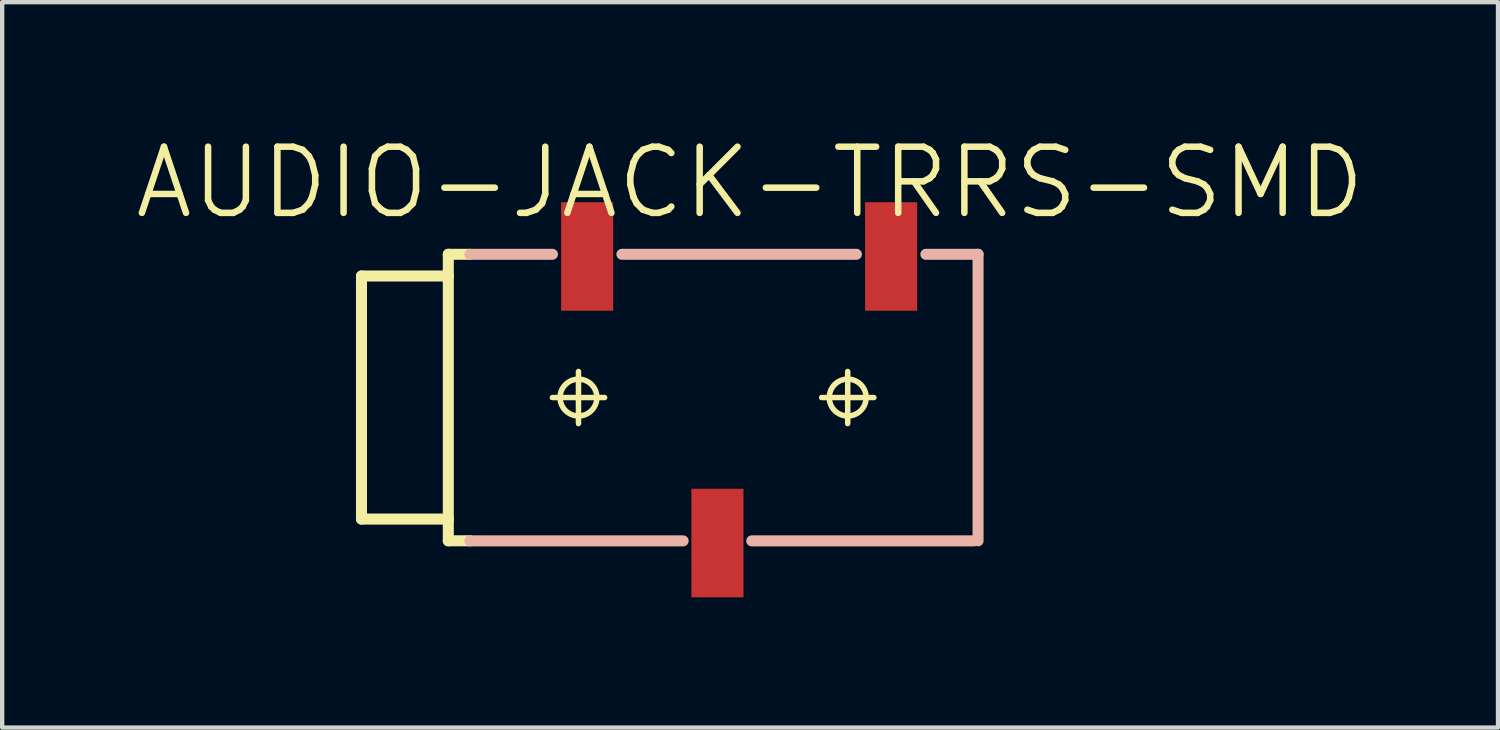
<source format=kicad_pcb>
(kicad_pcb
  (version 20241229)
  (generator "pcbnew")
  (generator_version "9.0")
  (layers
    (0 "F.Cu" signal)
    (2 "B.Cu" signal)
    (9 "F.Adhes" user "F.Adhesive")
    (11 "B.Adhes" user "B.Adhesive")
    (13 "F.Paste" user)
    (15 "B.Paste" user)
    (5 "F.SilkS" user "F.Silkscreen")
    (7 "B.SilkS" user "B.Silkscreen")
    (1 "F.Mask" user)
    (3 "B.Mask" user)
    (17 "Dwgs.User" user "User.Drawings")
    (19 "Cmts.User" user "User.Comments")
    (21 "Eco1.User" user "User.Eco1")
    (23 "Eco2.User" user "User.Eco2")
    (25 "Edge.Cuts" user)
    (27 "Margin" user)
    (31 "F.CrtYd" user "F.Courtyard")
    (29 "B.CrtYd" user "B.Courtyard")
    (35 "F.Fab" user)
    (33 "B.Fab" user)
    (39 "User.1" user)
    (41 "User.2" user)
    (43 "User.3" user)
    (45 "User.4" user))
  (footprint "AUDIO-JACK-TRRS-SMD"
    (layer "F.Cu")
    (at 7.274 6.105)
    (property "Reference" "AUDIO-JACK-TRRS-SMD" (at 6.95 -4.95 0) (layer "F.SilkS") (effects (font (size 1.524 1.524) (thickness 0.15))))
    (attr smd)
    (fp_line (start -1.999 -2.799) (end -1.999 2.799) (stroke (width 0.254) (type solid)) (layer "F.SilkS"))
    (fp_line (start -1.999 2.799) (end 0 2.799) (stroke (width 0.254) (type solid)) (layer "F.SilkS"))
    (fp_line (start 0 -3.299) (end 0 -2.799) (stroke (width 0.254) (type solid)) (layer "F.SilkS"))
    (fp_line (start 0 -2.799) (end -1.999 -2.799) (stroke (width 0.254) (type solid)) (layer "F.SilkS"))
    (fp_line (start 0 -2.799) (end 0 2.799) (stroke (width 0.254) (type solid)) (layer "F.SilkS"))
    (fp_line (start 0 2.799) (end 0 3.299) (stroke (width 0.254) (type solid)) (layer "F.SilkS"))
    (fp_line (start 0 3.299) (end 0.498 3.299) (stroke (width 0.254) (type solid)) (layer "F.SilkS"))
    (fp_line (start 0.498 -3.299) (end 0 -3.299) (stroke (width 0.254) (type solid)) (layer "F.SilkS"))
    (fp_line (start 2.398 0) (end 3.6 0) (stroke (width 0.127) (type solid)) (layer "F.SilkS"))
    (fp_line (start 2.998 0.599) (end 2.998 -0.599) (stroke (width 0.127) (type solid)) (layer "F.SilkS"))
    (fp_line (start 8.598 0) (end 9.8 0) (stroke (width 0.127) (type solid)) (layer "F.SilkS"))
    (fp_line (start 9.198 0.599) (end 9.198 -0.599) (stroke (width 0.127) (type solid)) (layer "F.SilkS"))
    (fp_circle (center 2.998 0) (end 3.297 0.3) (stroke (width 0.127) (type solid)) (fill no) (layer "F.SilkS"))
    (fp_circle (center 9.198 0) (end 9.498 0.3) (stroke (width 0.127) (type solid)) (fill no) (layer "F.SilkS"))
    (fp_line (start 0.498 -3.299) (end 2.398 -3.299) (stroke (width 0.254) (type solid)) (layer "B.SilkS"))
    (fp_line (start 0.498 3.301) (end 5.408 3.301) (stroke (width 0.254) (type solid)) (layer "B.SilkS"))
    (fp_line (start 3.998 -3.299) (end 9.398 -3.299) (stroke (width 0.254) (type solid)) (layer "B.SilkS"))
    (fp_line (start 6.988 3.301) (end 12.108 3.301) (stroke (width 0.254) (type solid)) (layer "B.SilkS"))
    (fp_line (start 12.2 -3.299) (end 10.998 -3.299) (stroke (width 0.254) (type solid)) (layer "B.SilkS"))
    (fp_line (start 12.2 -3.299) (end 12.2 3.299) (stroke (width 0.254) (type solid)) (layer "B.SilkS"))
    (pad "1" smd rect (at 10.198 -3.249) (size 1.199 2.499) (layers "F.Cu" "F.Mask" "F.Paste"))
    (pad "2" smd rect (at 3.198 -3.249 180) (size 1.199 2.499) (layers "F.Cu" "F.Mask" "F.Paste"))
    (pad "3" smd rect (at 6.198 3.351) (size 1.199 2.499) (layers "F.Cu" "F.Mask" "F.Paste")))
  (gr_rect
    (start -3 -3)
    (end 31.448 13.706)
    (stroke (width 0.1) (type default))
    (fill no)
    (layer "Edge.Cuts")))
</source>
